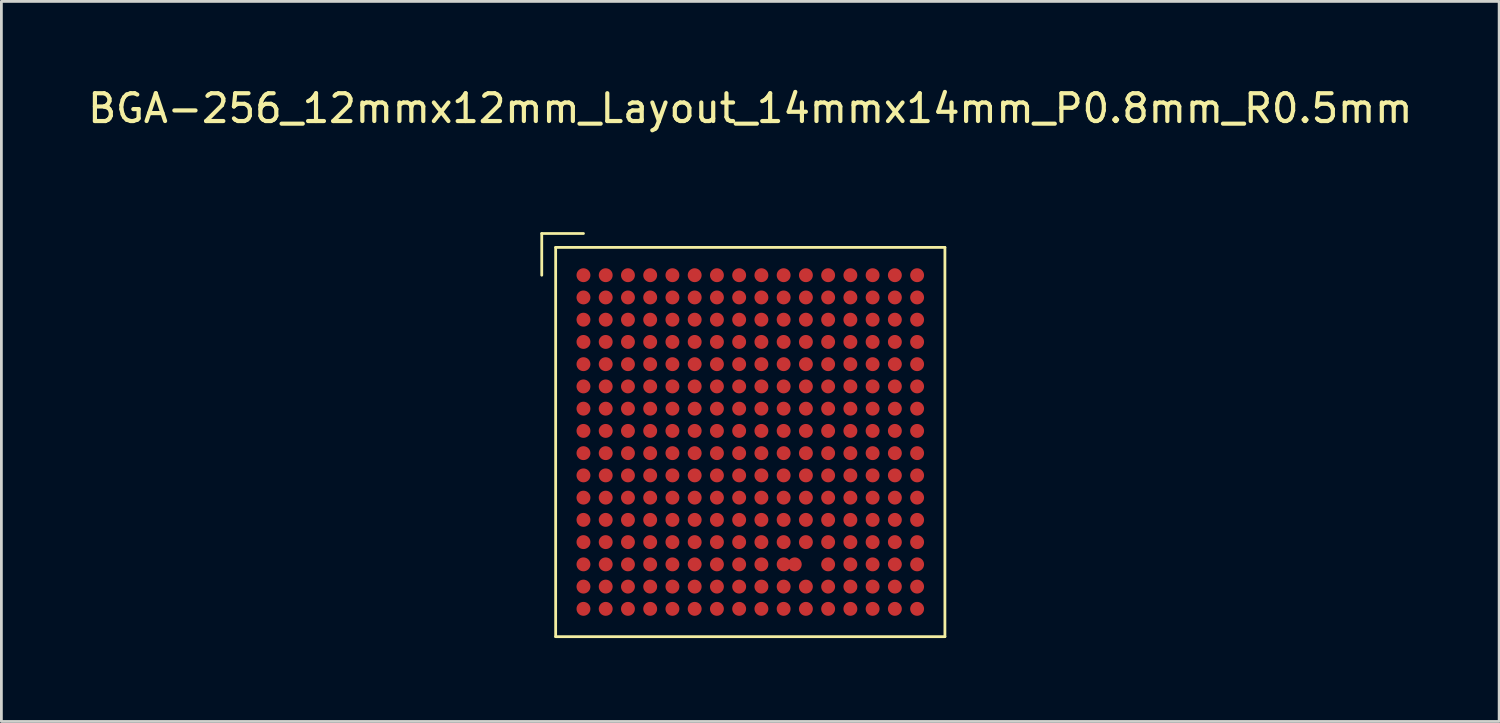
<source format=kicad_pcb>
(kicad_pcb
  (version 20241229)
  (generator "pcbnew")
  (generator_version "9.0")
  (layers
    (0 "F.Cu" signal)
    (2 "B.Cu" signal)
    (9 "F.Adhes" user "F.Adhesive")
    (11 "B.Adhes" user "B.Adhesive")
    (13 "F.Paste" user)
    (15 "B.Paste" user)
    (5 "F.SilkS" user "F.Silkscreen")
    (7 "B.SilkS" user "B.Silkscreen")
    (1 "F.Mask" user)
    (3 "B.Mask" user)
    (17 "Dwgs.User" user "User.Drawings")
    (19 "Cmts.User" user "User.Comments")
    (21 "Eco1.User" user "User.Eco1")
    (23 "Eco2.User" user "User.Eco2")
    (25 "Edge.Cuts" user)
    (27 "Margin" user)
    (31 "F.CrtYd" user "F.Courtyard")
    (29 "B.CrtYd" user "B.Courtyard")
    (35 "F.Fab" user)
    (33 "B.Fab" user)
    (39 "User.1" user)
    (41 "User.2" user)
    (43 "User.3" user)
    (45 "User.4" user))
  (footprint "BGA-256_12mmx12mm_Layout_14mmx14mm_P0.8mm_R0.5mm"
    (layer "F.Cu")
    (at 23.935 12.848)
    (property "Reference" "BGA-256_12mmx12mm_Layout_14mmx14mm_P0.8mm_R0.5mm" (at 0 -12 0) (layer "F.SilkS") (effects (font (size 1 1) (thickness 0.15))))
    (attr through_hole)
    (fp_line (start -7.5 -7.5) (end -6 -7.5) (stroke (width 0.1) (type solid)) (layer "F.SilkS"))
    (fp_line (start -7.5 -6) (end -7.5 -7.5) (stroke (width 0.1) (type solid)) (layer "F.SilkS"))
    (fp_line (start -7 -7) (end -7 7) (stroke (width 0.1) (type solid)) (layer "F.SilkS"))
    (fp_line (start -7 7) (end 7 7) (stroke (width 0.1) (type solid)) (layer "F.SilkS"))
    (fp_line (start 7 -7) (end -7 -7) (stroke (width 0.1) (type solid)) (layer "F.SilkS"))
    (fp_line (start 7 7) (end 7 -7) (stroke (width 0.1) (type solid)) (layer "F.SilkS"))
    (pad "17" smd circle (at -6 0.4) (size 0.5 0.5) (layers "F.Cu" "F.Mask" "F.Paste"))
    (pad "18" smd circle (at -5.2 -5.2) (size 0.5 0.5) (layers "F.Cu" "F.Mask" "F.Paste"))
    (pad "19" smd circle (at -4.4 -5.2) (size 0.5 0.5) (layers "F.Cu" "F.Mask" "F.Paste"))
    (pad "20" smd circle (at -3.6 -5.2) (size 0.5 0.5) (layers "F.Cu" "F.Mask" "F.Paste"))
    (pad "21" smd circle (at -2.8 -5.2) (size 0.5 0.5) (layers "F.Cu" "F.Mask" "F.Paste"))
    (pad "22" smd circle (at -2 -5.2) (size 0.5 0.5) (layers "F.Cu" "F.Mask" "F.Paste"))
    (pad "23" smd circle (at -1.2 -5.2) (size 0.5 0.5) (layers "F.Cu" "F.Mask" "F.Paste"))
    (pad "24" smd circle (at -0.4 -5.2) (size 0.5 0.5) (layers "F.Cu" "F.Mask" "F.Paste"))
    (pad "25" smd circle (at -5.2 0.4) (size 0.5 0.5) (layers "F.Cu" "F.Mask" "F.Paste"))
    (pad "26" smd circle (at -5.2 -4.4) (size 0.5 0.5) (layers "F.Cu" "F.Mask" "F.Paste"))
    (pad "27" smd circle (at -4.4 -4.4) (size 0.5 0.5) (layers "F.Cu" "F.Mask" "F.Paste"))
    (pad "28" smd circle (at -4.4 0.4) (size 0.5 0.5) (layers "F.Cu" "F.Mask" "F.Paste"))
    (pad "29" smd circle (at -3.6 0.4) (size 0.5 0.5) (layers "F.Cu" "F.Mask" "F.Paste"))
    (pad "30" smd circle (at -2.8 0.4) (size 0.5 0.5) (layers "F.Cu" "F.Mask" "F.Paste"))
    (pad "31" smd circle (at -2 0.4) (size 0.5 0.5) (layers "F.Cu" "F.Mask" "F.Paste"))
    (pad "32" smd circle (at -1.2 0.4) (size 0.5 0.5) (layers "F.Cu" "F.Mask" "F.Paste"))
    (pad "33" smd circle (at -5.2 -3.6) (size 0.5 0.5) (layers "F.Cu" "F.Mask" "F.Paste"))
    (pad "34" smd circle (at -5.2 -2.8) (size 0.5 0.5) (layers "F.Cu" "F.Mask" "F.Paste"))
    (pad "35" smd circle (at -5.2 -2) (size 0.5 0.5) (layers "F.Cu" "F.Mask" "F.Paste"))
    (pad "36" smd circle (at -5.2 -1.2) (size 0.5 0.5) (layers "F.Cu" "F.Mask" "F.Paste"))
    (pad "37" smd circle (at -5.2 -0.4) (size 0.5 0.5) (layers "F.Cu" "F.Mask" "F.Paste"))
    (pad "38" smd circle (at -4.4 -3.6) (size 0.5 0.5) (layers "F.Cu" "F.Mask" "F.Paste"))
    (pad "39" smd circle (at -4.4 -2.8) (size 0.5 0.5) (layers "F.Cu" "F.Mask" "F.Paste"))
    (pad "40" smd circle (at -4.4 -2) (size 0.5 0.5) (layers "F.Cu" "F.Mask" "F.Paste"))
    (pad "41" smd circle (at -4.4 -1.2) (size 0.5 0.5) (layers "F.Cu" "F.Mask" "F.Paste"))
    (pad "42" smd circle (at -4.4 -0.4) (size 0.5 0.5) (layers "F.Cu" "F.Mask" "F.Paste"))
    (pad "43" smd circle (at -3.6 -4.4) (size 0.5 0.5) (layers "F.Cu" "F.Mask" "F.Paste"))
    (pad "44" smd circle (at -3.6 -3.6) (size 0.5 0.5) (layers "F.Cu" "F.Mask" "F.Paste"))
    (pad "45" smd circle (at -3.6 -2.8) (size 0.5 0.5) (layers "F.Cu" "F.Mask" "F.Paste"))
    (pad "46" smd circle (at -3.6 -2) (size 0.5 0.5) (layers "F.Cu" "F.Mask" "F.Paste"))
    (pad "47" smd circle (at -3.6 -1.2) (size 0.5 0.5) (layers "F.Cu" "F.Mask" "F.Paste"))
    (pad "48" smd circle (at -3.6 -0.4) (size 0.5 0.5) (layers "F.Cu" "F.Mask" "F.Paste"))
    (pad "49" smd circle (at -2.8 -4.4) (size 0.5 0.5) (layers "F.Cu" "F.Mask" "F.Paste"))
    (pad "50" smd circle (at -2 -4.4) (size 0.5 0.5) (layers "F.Cu" "F.Mask" "F.Paste"))
    (pad "51" smd circle (at -1.2 -4.4) (size 0.5 0.5) (layers "F.Cu" "F.Mask" "F.Paste"))
    (pad "52" smd circle (at -0.4 -4.4) (size 0.5 0.5) (layers "F.Cu" "F.Mask" "F.Paste"))
    (pad "53" smd circle (at -2.8 -3.6) (size 0.5 0.5) (layers "F.Cu" "F.Mask" "F.Paste"))
    (pad "54" smd circle (at -2 -3.6) (size 0.5 0.5) (layers "F.Cu" "F.Mask" "F.Paste"))
    (pad "55" smd circle (at -1.2 -3.6) (size 0.5 0.5) (layers "F.Cu" "F.Mask" "F.Paste"))
    (pad "56" smd circle (at -0.4 -3.6) (size 0.5 0.5) (layers "F.Cu" "F.Mask" "F.Paste"))
    (pad "57" smd circle (at -2.8 -2.8) (size 0.5 0.5) (layers "F.Cu" "F.Mask" "F.Paste"))
    (pad "58" smd circle (at -2 -2.8) (size 0.5 0.5) (layers "F.Cu" "F.Mask" "F.Paste"))
    (pad "59" smd circle (at -1.2 -2.8) (size 0.5 0.5) (layers "F.Cu" "F.Mask" "F.Paste"))
    (pad "60" smd circle (at -0.4 -2.8) (size 0.5 0.5) (layers "F.Cu" "F.Mask" "F.Paste"))
    (pad "61" smd circle (at -2.8 -2) (size 0.5 0.5) (layers "F.Cu" "F.Mask" "F.Paste"))
    (pad "62" smd circle (at -2 -2) (size 0.5 0.5) (layers "F.Cu" "F.Mask" "F.Paste"))
    (pad "63" smd circle (at -1.2 -2) (size 0.5 0.5) (layers "F.Cu" "F.Mask" "F.Paste"))
    (pad "64" smd circle (at -0.4 -2) (size 0.5 0.5) (layers "F.Cu" "F.Mask" "F.Paste"))
    (pad "65" smd circle (at -2.8 -1.2) (size 0.5 0.5) (layers "F.Cu" "F.Mask" "F.Paste"))
    (pad "66" smd circle (at -2 -1.2) (size 0.5 0.5) (layers "F.Cu" "F.Mask" "F.Paste"))
    (pad "67" smd circle (at -1.2 -1.2) (size 0.5 0.5) (layers "F.Cu" "F.Mask" "F.Paste"))
    (pad "68" smd circle (at -0.4 -1.2) (size 0.5 0.5) (layers "F.Cu" "F.Mask" "F.Paste"))
    (pad "69" smd circle (at -2.8 -0.4) (size 0.5 0.5) (layers "F.Cu" "F.Mask" "F.Paste"))
    (pad "70" smd circle (at -2 -0.4) (size 0.5 0.5) (layers "F.Cu" "F.Mask" "F.Paste"))
    (pad "71" smd circle (at -1.2 -0.4) (size 0.5 0.5) (layers "F.Cu" "F.Mask" "F.Paste"))
    (pad "72" smd circle (at -0.4 -0.4) (size 0.5 0.5) (layers "F.Cu" "F.Mask" "F.Paste"))
    (pad "73" smd circle (at 0.4 -5.2) (size 0.5 0.5) (layers "F.Cu" "F.Mask" "F.Paste"))
    (pad "74" smd circle (at 0.4 -4.4) (size 0.5 0.5) (layers "F.Cu" "F.Mask" "F.Paste"))
    (pad "75" smd circle (at 0.4 -3.6) (size 0.5 0.5) (layers "F.Cu" "F.Mask" "F.Paste"))
    (pad "76" smd circle (at 0.4 -2.8) (size 0.5 0.5) (layers "F.Cu" "F.Mask" "F.Paste"))
    (pad "77" smd circle (at 0.4 -2) (size 0.5 0.5) (layers "F.Cu" "F.Mask" "F.Paste"))
    (pad "78" smd circle (at 0.4 -1.2) (size 0.5 0.5) (layers "F.Cu" "F.Mask" "F.Paste"))
    (pad "79" smd circle (at 0.4 -0.4) (size 0.5 0.5) (layers "F.Cu" "F.Mask" "F.Paste"))
    (pad "80" smd circle (at 1.2 -0.4) (size 0.5 0.5) (layers "F.Cu" "F.Mask" "F.Paste"))
    (pad "81" smd circle (at 1.2 -1.2) (size 0.5 0.5) (layers "F.Cu" "F.Mask" "F.Paste"))
    (pad "82" smd circle (at 1.2 -2) (size 0.5 0.5) (layers "F.Cu" "F.Mask" "F.Paste"))
    (pad "83" smd circle (at 1.2 -2.8) (size 0.5 0.5) (layers "F.Cu" "F.Mask" "F.Paste"))
    (pad "84" smd circle (at 1.2 -3.6) (size 0.5 0.5) (layers "F.Cu" "F.Mask" "F.Paste"))
    (pad "85" smd circle (at 1.2 -4.4) (size 0.5 0.5) (layers "F.Cu" "F.Mask" "F.Paste"))
    (pad "86" smd circle (at 1.2 -5.2) (size 0.5 0.5) (layers "F.Cu" "F.Mask" "F.Paste"))
    (pad "87" smd circle (at 2 -5.2) (size 0.5 0.5) (layers "F.Cu" "F.Mask" "F.Paste"))
    (pad "88" smd circle (at 2 -4.4) (size 0.5 0.5) (layers "F.Cu" "F.Mask" "F.Paste"))
    (pad "89" smd circle (at 2 -3.6) (size 0.5 0.5) (layers "F.Cu" "F.Mask" "F.Paste"))
    (pad "90" smd circle (at 2 -2.8) (size 0.5 0.5) (layers "F.Cu" "F.Mask" "F.Paste"))
    (pad "91" smd circle (at 2 -2) (size 0.5 0.5) (layers "F.Cu" "F.Mask" "F.Paste"))
    (pad "92" smd circle (at 2 -1.2) (size 0.5 0.5) (layers "F.Cu" "F.Mask" "F.Paste"))
    (pad "93" smd circle (at 2 -0.4) (size 0.5 0.5) (layers "F.Cu" "F.Mask" "F.Paste"))
    (pad "94" smd circle (at 2.8 -0.4) (size 0.5 0.5) (layers "F.Cu" "F.Mask" "F.Paste"))
    (pad "95" smd circle (at 2.8 -1.2) (size 0.5 0.5) (layers "F.Cu" "F.Mask" "F.Paste"))
    (pad "96" smd circle (at 2.8 -2) (size 0.5 0.5) (layers "F.Cu" "F.Mask" "F.Paste"))
    (pad "97" smd circle (at 2.8 -2.8) (size 0.5 0.5) (layers "F.Cu" "F.Mask" "F.Paste"))
    (pad "98" smd circle (at 2.8 -3.6) (size 0.5 0.5) (layers "F.Cu" "F.Mask" "F.Paste"))
    (pad "99" smd circle (at 2.8 -4.4) (size 0.5 0.5) (layers "F.Cu" "F.Mask" "F.Paste"))
    (pad "100" smd circle (at 2.8 -5.2) (size 0.5 0.5) (layers "F.Cu" "F.Mask" "F.Paste"))
    (pad "101" smd circle (at 3.6 -5.2) (size 0.5 0.5) (layers "F.Cu" "F.Mask" "F.Paste"))
    (pad "102" smd circle (at 3.6 -4.4) (size 0.5 0.5) (layers "F.Cu" "F.Mask" "F.Paste"))
    (pad "103" smd circle (at 3.6 -3.6) (size 0.5 0.5) (layers "F.Cu" "F.Mask" "F.Paste"))
    (pad "104" smd circle (at 3.6 -2.8) (size 0.5 0.5) (layers "F.Cu" "F.Mask" "F.Paste"))
    (pad "105" smd circle (at 3.6 -2) (size 0.5 0.5) (layers "F.Cu" "F.Mask" "F.Paste"))
    (pad "106" smd circle (at 3.6 -1.2) (size 0.5 0.5) (layers "F.Cu" "F.Mask" "F.Paste"))
    (pad "107" smd circle (at 3.6 -0.4) (size 0.5 0.5) (layers "F.Cu" "F.Mask" "F.Paste"))
    (pad "108" smd circle (at 4.4 -0.4) (size 0.5 0.5) (layers "F.Cu" "F.Mask" "F.Paste"))
    (pad "109" smd circle (at 4.4 -1.2) (size 0.5 0.5) (layers "F.Cu" "F.Mask" "F.Paste"))
    (pad "110" smd circle (at 4.4 -2) (size 0.5 0.5) (layers "F.Cu" "F.Mask" "F.Paste"))
    (pad "111" smd circle (at 4.4 -2.8) (size 0.5 0.5) (layers "F.Cu" "F.Mask" "F.Paste"))
    (pad "112" smd circle (at 4.4 -3.6) (size 0.5 0.5) (layers "F.Cu" "F.Mask" "F.Paste"))
    (pad "113" smd circle (at 4.4 -4.4) (size 0.5 0.5) (layers "F.Cu" "F.Mask" "F.Paste"))
    (pad "114" smd circle (at 4.4 -5.2) (size 0.5 0.5) (layers "F.Cu" "F.Mask" "F.Paste"))
    (pad "115" smd circle (at 5.2 -5.2) (size 0.5 0.5) (layers "F.Cu" "F.Mask" "F.Paste"))
    (pad "116" smd circle (at 5.2 -4.4) (size 0.5 0.5) (layers "F.Cu" "F.Mask" "F.Paste"))
    (pad "117" smd circle (at 5.2 -3.6) (size 0.5 0.5) (layers "F.Cu" "F.Mask" "F.Paste"))
    (pad "118" smd circle (at 5.2 -2.8) (size 0.5 0.5) (layers "F.Cu" "F.Mask" "F.Paste"))
    (pad "119" smd circle (at 5.2 -2) (size 0.5 0.5) (layers "F.Cu" "F.Mask" "F.Paste"))
    (pad "120" smd circle (at 5.2 -1.2) (size 0.5 0.5) (layers "F.Cu" "F.Mask" "F.Paste"))
    (pad "121" smd circle (at 5.2 -0.4) (size 0.5 0.5) (layers "F.Cu" "F.Mask" "F.Paste"))
    (pad "122" smd circle (at 6 -0.4) (size 0.5 0.5) (layers "F.Cu" "F.Mask" "F.Paste"))
    (pad "123" smd circle (at 6 -1.2) (size 0.5 0.5) (layers "F.Cu" "F.Mask" "F.Paste"))
    (pad "124" smd circle (at 6 -2) (size 0.5 0.5) (layers "F.Cu" "F.Mask" "F.Paste"))
    (pad "125" smd circle (at 6 -2.8) (size 0.5 0.5) (layers "F.Cu" "F.Mask" "F.Paste"))
    (pad "126" smd circle (at 6 -3.6) (size 0.5 0.5) (layers "F.Cu" "F.Mask" "F.Paste"))
    (pad "127" smd circle (at 6 -4.4) (size 0.5 0.5) (layers "F.Cu" "F.Mask" "F.Paste"))
    (pad "128" smd circle (at 6 -5.2) (size 0.5 0.5) (layers "F.Cu" "F.Mask" "F.Paste"))
    (pad "129" smd circle (at -0.4 0.4) (size 0.5 0.5) (layers "F.Cu" "F.Mask" "F.Paste"))
    (pad "130" smd circle (at 0.4 0.4) (size 0.5 0.5) (layers "F.Cu" "F.Mask" "F.Paste"))
    (pad "131" smd circle (at 1.2 0.4) (size 0.5 0.5) (layers "F.Cu" "F.Mask" "F.Paste"))
    (pad "132" smd circle (at 2 0.4) (size 0.5 0.5) (layers "F.Cu" "F.Mask" "F.Paste"))
    (pad "133" smd circle (at 2.8 0.4) (size 0.5 0.5) (layers "F.Cu" "F.Mask" "F.Paste"))
    (pad "134" smd circle (at 3.6 0.4) (size 0.5 0.5) (layers "F.Cu" "F.Mask" "F.Paste"))
    (pad "135" smd circle (at 4.4 0.4) (size 0.5 0.5) (layers "F.Cu" "F.Mask" "F.Paste"))
    (pad "136" smd circle (at 5.2 0.4) (size 0.5 0.5) (layers "F.Cu" "F.Mask" "F.Paste"))
    (pad "137" smd circle (at 6 0.4) (size 0.5 0.5) (layers "F.Cu" "F.Mask" "F.Paste"))
    (pad "138" smd circle (at -6 1.2) (size 0.5 0.5) (layers "F.Cu" "F.Mask" "F.Paste"))
    (pad "139" smd circle (at -5.2 1.2) (size 0.5 0.5) (layers "F.Cu" "F.Mask" "F.Paste"))
    (pad "140" smd circle (at -4.4 1.2) (size 0.5 0.5) (layers "F.Cu" "F.Mask" "F.Paste"))
    (pad "141" smd circle (at -3.6 1.2) (size 0.5 0.5) (layers "F.Cu" "F.Mask" "F.Paste"))
    (pad "142" smd circle (at -2.8 1.2) (size 0.5 0.5) (layers "F.Cu" "F.Mask" "F.Paste"))
    (pad "143" smd circle (at -2 1.2) (size 0.5 0.5) (layers "F.Cu" "F.Mask" "F.Paste"))
    (pad "144" smd circle (at -1.2 1.2) (size 0.5 0.5) (layers "F.Cu" "F.Mask" "F.Paste"))
    (pad "145" smd circle (at -0.4 1.2) (size 0.5 0.5) (layers "F.Cu" "F.Mask" "F.Paste"))
    (pad "146" smd circle (at 0.4 1.2) (size 0.5 0.5) (layers "F.Cu" "F.Mask" "F.Paste"))
    (pad "147" smd circle (at 1.2 1.2) (size 0.5 0.5) (layers "F.Cu" "F.Mask" "F.Paste"))
    (pad "148" smd circle (at 2 1.2) (size 0.5 0.5) (layers "F.Cu" "F.Mask" "F.Paste"))
    (pad "149" smd circle (at 2.8 1.2) (size 0.5 0.5) (layers "F.Cu" "F.Mask" "F.Paste"))
    (pad "150" smd circle (at 3.6 1.2) (size 0.5 0.5) (layers "F.Cu" "F.Mask" "F.Paste"))
    (pad "151" smd circle (at 4.4 1.2) (size 0.5 0.5) (layers "F.Cu" "F.Mask" "F.Paste"))
    (pad "152" smd circle (at 5.2 1.2) (size 0.5 0.5) (layers "F.Cu" "F.Mask" "F.Paste"))
    (pad "153" smd circle (at 6 1.2) (size 0.5 0.5) (layers "F.Cu" "F.Mask" "F.Paste"))
    (pad "154" smd circle (at 6 2) (size 0.5 0.5) (layers "F.Cu" "F.Mask" "F.Paste"))
    (pad "155" smd circle (at 5.2 2) (size 0.5 0.5) (layers "F.Cu" "F.Mask" "F.Paste"))
    (pad "156" smd circle (at 4.4 2) (size 0.5 0.5) (layers "F.Cu" "F.Mask" "F.Paste"))
    (pad "157" smd circle (at 3.6 2) (size 0.5 0.5) (layers "F.Cu" "F.Mask" "F.Paste"))
    (pad "158" smd circle (at 2.8 2) (size 0.5 0.5) (layers "F.Cu" "F.Mask" "F.Paste"))
    (pad "159" smd circle (at 2 2) (size 0.5 0.5) (layers "F.Cu" "F.Mask" "F.Paste"))
    (pad "160" smd circle (at 1.2 2) (size 0.5 0.5) (layers "F.Cu" "F.Mask" "F.Paste"))
    (pad "161" smd circle (at 0.4 2) (size 0.5 0.5) (layers "F.Cu" "F.Mask" "F.Paste"))
    (pad "162" smd circle (at -0.4 2) (size 0.5 0.5) (layers "F.Cu" "F.Mask" "F.Paste"))
    (pad "163" smd circle (at -1.2 2) (size 0.5 0.5) (layers "F.Cu" "F.Mask" "F.Paste"))
    (pad "164" smd circle (at -2 2) (size 0.5 0.5) (layers "F.Cu" "F.Mask" "F.Paste"))
    (pad "165" smd circle (at -2.8 2) (size 0.5 0.5) (layers "F.Cu" "F.Mask" "F.Paste"))
    (pad "166" smd circle (at -3.6 2) (size 0.5 0.5) (layers "F.Cu" "F.Mask" "F.Paste"))
    (pad "167" smd circle (at -4.4 2) (size 0.5 0.5) (layers "F.Cu" "F.Mask" "F.Paste"))
    (pad "168" smd circle (at -5.2 2) (size 0.5 0.5) (layers "F.Cu" "F.Mask" "F.Paste"))
    (pad "169" smd circle (at -6 2) (size 0.5 0.5) (layers "F.Cu" "F.Mask" "F.Paste"))
    (pad "170" smd circle (at -6 2.8) (size 0.5 0.5) (layers "F.Cu" "F.Mask" "F.Paste"))
    (pad "171" smd circle (at -5.2 2.8) (size 0.5 0.5) (layers "F.Cu" "F.Mask" "F.Paste"))
    (pad "172" smd circle (at -4.4 2.8) (size 0.5 0.5) (layers "F.Cu" "F.Mask" "F.Paste"))
    (pad "173" smd circle (at -3.6 2.8) (size 0.5 0.5) (layers "F.Cu" "F.Mask" "F.Paste"))
    (pad "174" smd circle (at -2.8 2.8) (size 0.5 0.5) (layers "F.Cu" "F.Mask" "F.Paste"))
    (pad "175" smd circle (at -2 2.8) (size 0.5 0.5) (layers "F.Cu" "F.Mask" "F.Paste"))
    (pad "176" smd circle (at -1.2 2.8) (size 0.5 0.5) (layers "F.Cu" "F.Mask" "F.Paste"))
    (pad "177" smd circle (at -0.4 2.8) (size 0.5 0.5) (layers "F.Cu" "F.Mask" "F.Paste"))
    (pad "178" smd circle (at 0.4 2.8) (size 0.5 0.5) (layers "F.Cu" "F.Mask" "F.Paste"))
    (pad "179" smd circle (at 1.2 2.8) (size 0.5 0.5) (layers "F.Cu" "F.Mask" "F.Paste"))
    (pad "180" smd circle (at 2 2.8) (size 0.5 0.5) (layers "F.Cu" "F.Mask" "F.Paste"))
    (pad "181" smd circle (at 2.8 2.8) (size 0.5 0.5) (layers "F.Cu" "F.Mask" "F.Paste"))
    (pad "182" smd circle (at 3.6 2.8) (size 0.5 0.5) (layers "F.Cu" "F.Mask" "F.Paste"))
    (pad "183" smd circle (at 4.4 2.8) (size 0.5 0.5) (layers "F.Cu" "F.Mask" "F.Paste"))
    (pad "184" smd circle (at 5.2 2.8) (size 0.5 0.5) (layers "F.Cu" "F.Mask" "F.Paste"))
    (pad "185" smd circle (at 6 2.8) (size 0.5 0.5) (layers "F.Cu" "F.Mask" "F.Paste"))
    (pad "186" smd circle (at -6 3.6) (size 0.5 0.5) (layers "F.Cu" "F.Mask" "F.Paste"))
    (pad "187" smd circle (at -5.2 3.6) (size 0.5 0.5) (layers "F.Cu" "F.Mask" "F.Paste"))
    (pad "188" smd circle (at -4.4 3.6) (size 0.5 0.5) (layers "F.Cu" "F.Mask" "F.Paste"))
    (pad "189" smd circle (at -3.6 3.6) (size 0.5 0.5) (layers "F.Cu" "F.Mask" "F.Paste"))
    (pad "190" smd circle (at -2.8 3.6) (size 0.5 0.5) (layers "F.Cu" "F.Mask" "F.Paste"))
    (pad "191" smd circle (at -2 3.6) (size 0.5 0.5) (layers "F.Cu" "F.Mask" "F.Paste"))
    (pad "192" smd circle (at -1.2 3.6) (size 0.5 0.5) (layers "F.Cu" "F.Mask" "F.Paste"))
    (pad "193" smd circle (at -0.4 3.6) (size 0.5 0.5) (layers "F.Cu" "F.Mask" "F.Paste"))
    (pad "194" smd circle (at 0.4 3.6) (size 0.5 0.5) (layers "F.Cu" "F.Mask" "F.Paste"))
    (pad "195" smd circle (at 1.2 3.6) (size 0.5 0.5) (layers "F.Cu" "F.Mask" "F.Paste"))
    (pad "196" smd circle (at 2 3.6) (size 0.5 0.5) (layers "F.Cu" "F.Mask" "F.Paste"))
    (pad "197" smd circle (at 2.8 3.6) (size 0.5 0.5) (layers "F.Cu" "F.Mask" "F.Paste"))
    (pad "198" smd circle (at 3.6 3.6) (size 0.5 0.5) (layers "F.Cu" "F.Mask" "F.Paste"))
    (pad "199" smd circle (at 4.4 3.6) (size 0.5 0.5) (layers "F.Cu" "F.Mask" "F.Paste"))
    (pad "200" smd circle (at 5.2 3.6) (size 0.5 0.5) (layers "F.Cu" "F.Mask" "F.Paste"))
    (pad "201" smd circle (at 6 3.6) (size 0.5 0.5) (layers "F.Cu" "F.Mask" "F.Paste"))
    (pad "202" smd circle (at -6 4.4) (size 0.5 0.5) (layers "F.Cu" "F.Mask" "F.Paste"))
    (pad "203" smd circle (at -5.2 4.4) (size 0.5 0.5) (layers "F.Cu" "F.Mask" "F.Paste"))
    (pad "204" smd circle (at -4.4 4.4) (size 0.5 0.5) (layers "F.Cu" "F.Mask" "F.Paste"))
    (pad "205" smd circle (at -3.6 4.4) (size 0.5 0.5) (layers "F.Cu" "F.Mask" "F.Paste"))
    (pad "206" smd circle (at -2.8 4.4) (size 0.5 0.5) (layers "F.Cu" "F.Mask" "F.Paste"))
    (pad "207" smd circle (at -2 4.4) (size 0.5 0.5) (layers "F.Cu" "F.Mask" "F.Paste"))
    (pad "208" smd circle (at -1.2 4.4) (size 0.5 0.5) (layers "F.Cu" "F.Mask" "F.Paste"))
    (pad "209" smd circle (at -0.4 4.4) (size 0.5 0.5) (layers "F.Cu" "F.Mask" "F.Paste"))
    (pad "210" smd circle (at 0.4 4.4) (size 0.5 0.5) (layers "F.Cu" "F.Mask" "F.Paste"))
    (pad "211" smd circle (at 1.2 4.4) (size 0.5 0.5) (layers "F.Cu" "F.Mask" "F.Paste"))
    (pad "212" smd circle (at 1.6 4.4) (size 0.5 0.5) (layers "F.Cu" "F.Mask" "F.Paste"))
    (pad "213" smd circle (at 2.8 4.4) (size 0.5 0.5) (layers "F.Cu" "F.Mask" "F.Paste"))
    (pad "214" smd circle (at 3.6 4.4) (size 0.5 0.5) (layers "F.Cu" "F.Mask" "F.Paste"))
    (pad "215" smd circle (at 4.4 4.4) (size 0.5 0.5) (layers "F.Cu" "F.Mask" "F.Paste"))
    (pad "216" smd circle (at 5.2 4.4) (size 0.5 0.5) (layers "F.Cu" "F.Mask" "F.Paste"))
    (pad "217" smd circle (at 6 4.4) (size 0.5 0.5) (layers "F.Cu" "F.Mask" "F.Paste"))
    (pad "218" smd circle (at -6 5.2) (size 0.5 0.5) (layers "F.Cu" "F.Mask" "F.Paste"))
    (pad "219" smd circle (at -5.2 5.2) (size 0.5 0.5) (layers "F.Cu" "F.Mask" "F.Paste"))
    (pad "220" smd circle (at -4.4 5.2) (size 0.5 0.5) (layers "F.Cu" "F.Mask" "F.Paste"))
    (pad "221" smd circle (at -3.6 5.2) (size 0.5 0.5) (layers "F.Cu" "F.Mask" "F.Paste"))
    (pad "222" smd circle (at -2.8 5.2) (size 0.5 0.5) (layers "F.Cu" "F.Mask" "F.Paste"))
    (pad "223" smd circle (at -2 5.2) (size 0.5 0.5) (layers "F.Cu" "F.Mask" "F.Paste"))
    (pad "224" smd circle (at -1.2 5.2) (size 0.5 0.5) (layers "F.Cu" "F.Mask" "F.Paste"))
    (pad "225" smd circle (at -0.4 5.2) (size 0.5 0.5) (layers "F.Cu" "F.Mask" "F.Paste"))
    (pad "226" smd circle (at 0.4 5.2) (size 0.5 0.5) (layers "F.Cu" "F.Mask" "F.Paste"))
    (pad "227" smd circle (at 1.2 5.2) (size 0.5 0.5) (layers "F.Cu" "F.Mask" "F.Paste"))
    (pad "228" smd circle (at 2 5.2) (size 0.5 0.5) (layers "F.Cu" "F.Mask" "F.Paste"))
    (pad "229" smd circle (at 2.8 5.2) (size 0.5 0.5) (layers "F.Cu" "F.Mask" "F.Paste"))
    (pad "230" smd circle (at 3.6 5.2) (size 0.5 0.5) (layers "F.Cu" "F.Mask" "F.Paste"))
    (pad "231" smd circle (at 4.4 5.2) (size 0.5 0.5) (layers "F.Cu" "F.Mask" "F.Paste"))
    (pad "232" smd circle (at 5.2 5.2) (size 0.5 0.5) (layers "F.Cu" "F.Mask" "F.Paste"))
    (pad "233" smd circle (at 6 5.2) (size 0.5 0.5) (layers "F.Cu" "F.Mask" "F.Paste"))
    (pad "234" smd circle (at -6 6) (size 0.5 0.5) (layers "F.Cu" "F.Mask" "F.Paste"))
    (pad "235" smd circle (at -5.2 6) (size 0.5 0.5) (layers "F.Cu" "F.Mask" "F.Paste"))
    (pad "236" smd circle (at -4.4 6) (size 0.5 0.5) (layers "F.Cu" "F.Mask" "F.Paste"))
    (pad "237" smd circle (at -3.6 6) (size 0.5 0.5) (layers "F.Cu" "F.Mask" "F.Paste"))
    (pad "238" smd circle (at -2.8 6) (size 0.5 0.5) (layers "F.Cu" "F.Mask" "F.Paste"))
    (pad "239" smd circle (at -2 6) (size 0.5 0.5) (layers "F.Cu" "F.Mask" "F.Paste"))
    (pad "240" smd circle (at -1.2 6) (size 0.5 0.5) (layers "F.Cu" "F.Mask" "F.Paste"))
    (pad "241" smd circle (at -0.4 6) (size 0.5 0.5) (layers "F.Cu" "F.Mask" "F.Paste"))
    (pad "242" smd circle (at 0.4 6) (size 0.5 0.5) (layers "F.Cu" "F.Mask" "F.Paste"))
    (pad "243" smd circle (at 1.2 6) (size 0.5 0.5) (layers "F.Cu" "F.Mask" "F.Paste"))
    (pad "244" smd circle (at 2 6) (size 0.5 0.5) (layers "F.Cu" "F.Mask" "F.Paste"))
    (pad "245" smd circle (at 2.8 6) (size 0.5 0.5) (layers "F.Cu" "F.Mask" "F.Paste"))
    (pad "246" smd circle (at 3.6 6) (size 0.5 0.5) (layers "F.Cu" "F.Mask" "F.Paste"))
    (pad "247" smd circle (at 4.4 6) (size 0.5 0.5) (layers "F.Cu" "F.Mask" "F.Paste"))
    (pad "248" smd circle (at 5.2 6) (size 0.5 0.5) (layers "F.Cu" "F.Mask" "F.Paste"))
    (pad "249" smd circle (at 6 6) (size 0.5 0.5) (layers "F.Cu" "F.Mask" "F.Paste"))
    (pad "A1" smd circle (at -6 -6) (size 0.5 0.5) (layers "F.Cu" "F.Mask" "F.Paste"))
    (pad "A2" smd circle (at -5.2 -6) (size 0.5 0.5) (layers "F.Cu" "F.Mask" "F.Paste"))
    (pad "A3" smd circle (at -4.4 -6) (size 0.5 0.5) (layers "F.Cu" "F.Mask" "F.Paste"))
    (pad "A4" smd circle (at -3.6 -6) (size 0.5 0.5) (layers "F.Cu" "F.Mask" "F.Paste"))
    (pad "A5" smd circle (at -2.8 -6) (size 0.5 0.5) (layers "F.Cu" "F.Mask" "F.Paste"))
    (pad "A6" smd circle (at -2 -6) (size 0.5 0.5) (layers "F.Cu" "F.Mask" "F.Paste"))
    (pad "A7" smd circle (at -1.2 -6) (size 0.5 0.5) (layers "F.Cu" "F.Mask" "F.Paste"))
    (pad "A8" smd circle (at -0.4 -6) (size 0.5 0.5) (layers "F.Cu" "F.Mask" "F.Paste"))
    (pad "A9" smd circle (at 0.4 -6) (size 0.5 0.5) (layers "F.Cu" "F.Mask" "F.Paste"))
    (pad "A10" smd circle (at 1.2 -6) (size 0.5 0.5) (layers "F.Cu" "F.Mask" "F.Paste"))
    (pad "A11" smd circle (at 2 -6) (size 0.5 0.5) (layers "F.Cu" "F.Mask" "F.Paste"))
    (pad "A12" smd circle (at 2.8 -6) (size 0.5 0.5) (layers "F.Cu" "F.Mask" "F.Paste"))
    (pad "A13" smd circle (at 3.6 -6) (size 0.5 0.5) (layers "F.Cu" "F.Mask" "F.Paste"))
    (pad "A14" smd circle (at 4.4 -6) (size 0.5 0.5) (layers "F.Cu" "F.Mask" "F.Paste"))
    (pad "A15" smd circle (at 5.2 -6) (size 0.5 0.5) (layers "F.Cu" "F.Mask" "F.Paste"))
    (pad "A16" smd circle (at 6 -6) (size 0.5 0.5) (layers "F.Cu" "F.Mask" "F.Paste"))
    (pad "B1" smd circle (at -6 -5.2) (size 0.5 0.5) (layers "F.Cu" "F.Mask" "F.Paste"))
    (pad "C1" smd circle (at -6 -4.4) (size 0.5 0.5) (layers "F.Cu" "F.Mask" "F.Paste"))
    (pad "D1" smd circle (at -6 -3.6) (size 0.5 0.5) (layers "F.Cu" "F.Mask" "F.Paste"))
    (pad "E1" smd circle (at -6 -2.8) (size 0.5 0.5) (layers "F.Cu" "F.Mask" "F.Paste"))
    (pad "F1" smd circle (at -6 -2) (size 0.5 0.5) (layers "F.Cu" "F.Mask" "F.Paste"))
    (pad "G1" smd circle (at -6 -1.2) (size 0.5 0.5) (layers "F.Cu" "F.Mask" "F.Paste"))
    (pad "H1" smd circle (at -6 -0.4) (size 0.5 0.5) (layers "F.Cu" "F.Mask" "F.Paste")))
  (gr_rect
    (start -3 -3)
    (end 50.869 22.898)
    (stroke (width 0.1) (type default))
    (fill no)
    (layer "Edge.Cuts")))
</source>
